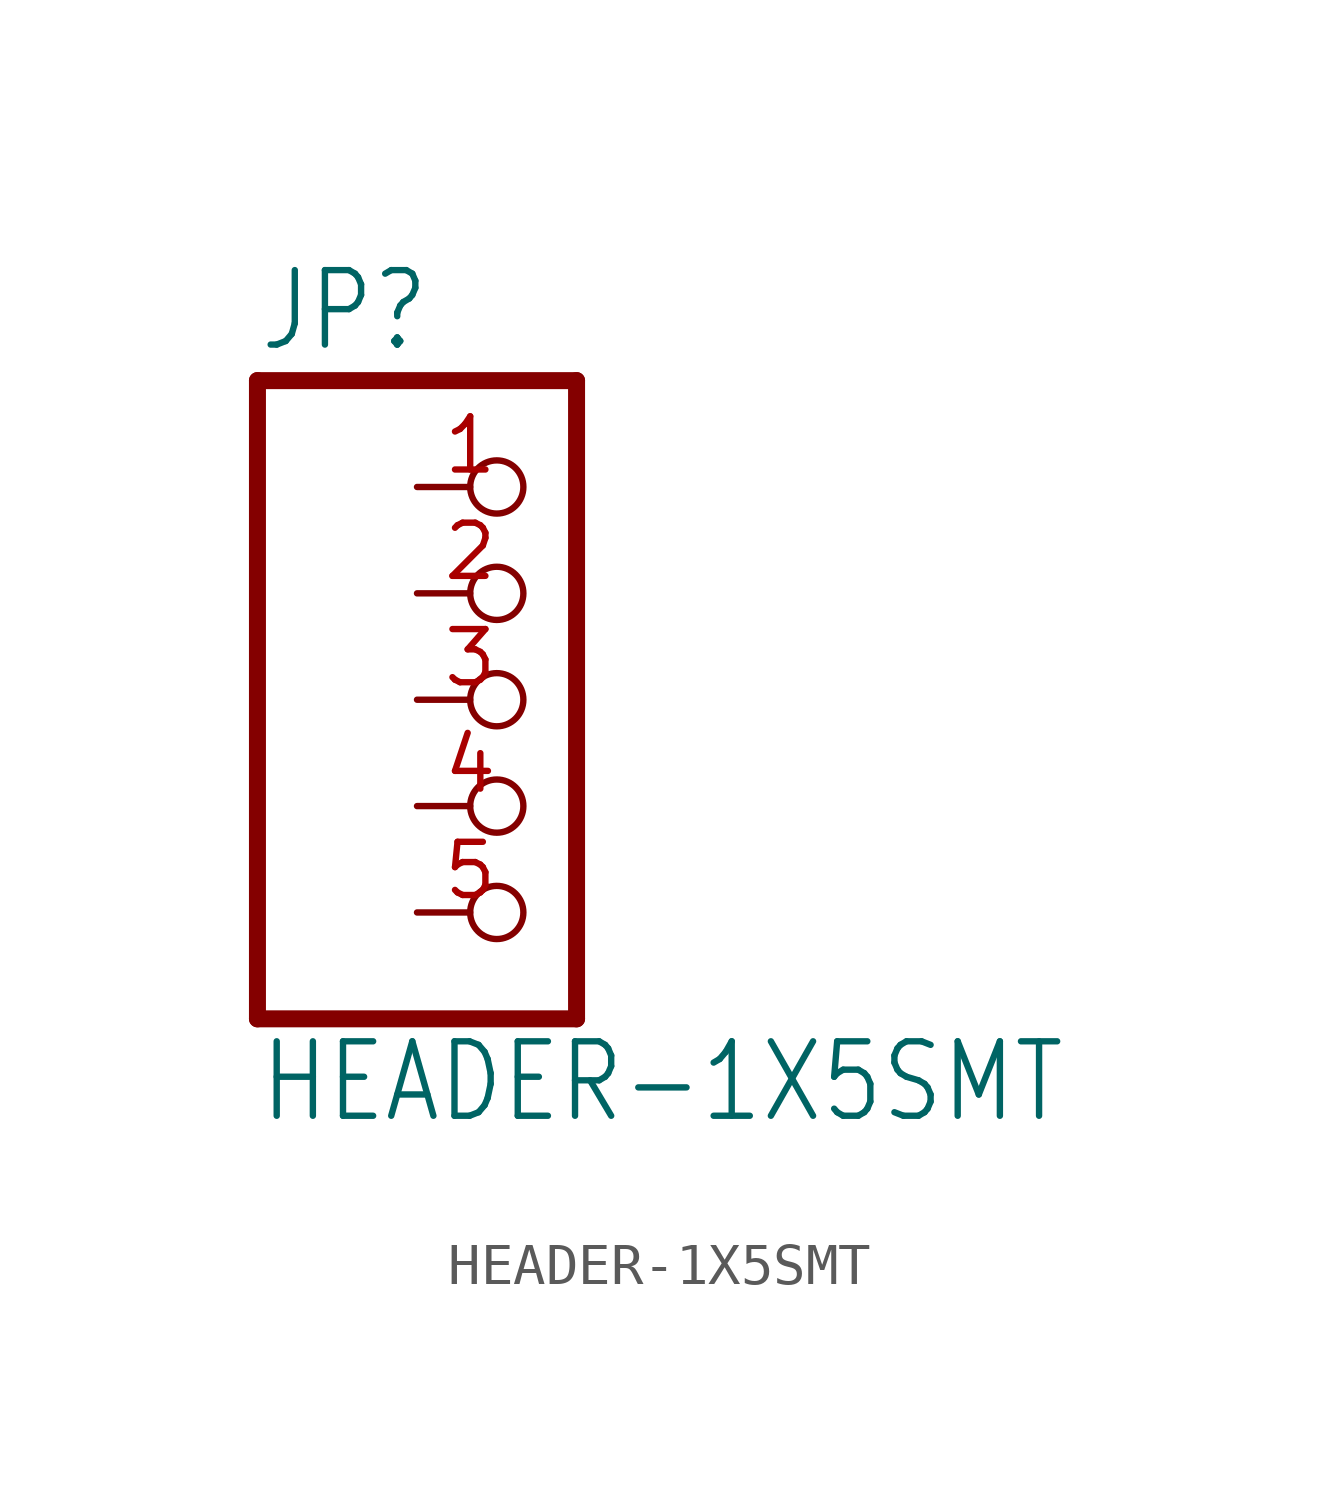
<source format=kicad_sym>
(kicad_symbol_lib
  (version 20211014)
  (generator kicad_symbol_editor)
  (symbol "HEADER-1X5SMT"
    (property "Reference" "JP"
      (at -6.35 8.255 0)
      (effects (font (size 1.778 1.511)) (justify left bottom)))
    (property "Value" "HEADER-1X5SMT"
      (at -6.35 -10.16 0)
      (effects (font (size 1.778 1.511)) (justify left bottom)))
    (property "ki_locked" ""
      (at 0 0 0)
      (effects (font (size 1.27 1.27))))
    (symbol "HEADER-1X5SMT_1_0"
      (polyline (pts (xy -6.35 -7.62) (xy 1.27 -7.62)) (stroke (width 0.406) (type default) (color 0 0 0 0)) (fill (type none)))
      (polyline (pts (xy -6.35 7.62) (xy -6.35 -7.62)) (stroke (width 0.406) (type default) (color 0 0 0 0)) (fill (type none)))
      (polyline (pts (xy 1.27 -7.62) (xy 1.27 7.62)) (stroke (width 0.406) (type default) (color 0 0 0 0)) (fill (type none)))
      (polyline (pts (xy 1.27 7.62) (xy -6.35 7.62)) (stroke (width 0.406) (type default) (color 0 0 0 0)) (fill (type none)))
      (pin passive inverted (at -2.54 5.08 0) (length 2.54) (name "1" (effects (font (size 0 0)))) (number "1" (effects (font (size 1.27 1.27)))))
      (pin passive inverted (at -2.54 2.54 0) (length 2.54) (name "2" (effects (font (size 0 0)))) (number "2" (effects (font (size 1.27 1.27)))))
      (pin passive inverted (at -2.54 0 0) (length 2.54) (name "3" (effects (font (size 0 0)))) (number "3" (effects (font (size 1.27 1.27)))))
      (pin passive inverted (at -2.54 -2.54 0) (length 2.54) (name "4" (effects (font (size 0 0)))) (number "4" (effects (font (size 1.27 1.27)))))
      (pin passive inverted (at -2.54 -5.08 0) (length 2.54) (name "5" (effects (font (size 0 0)))) (number "5" (effects (font (size 1.27 1.27))))))))
</source>
